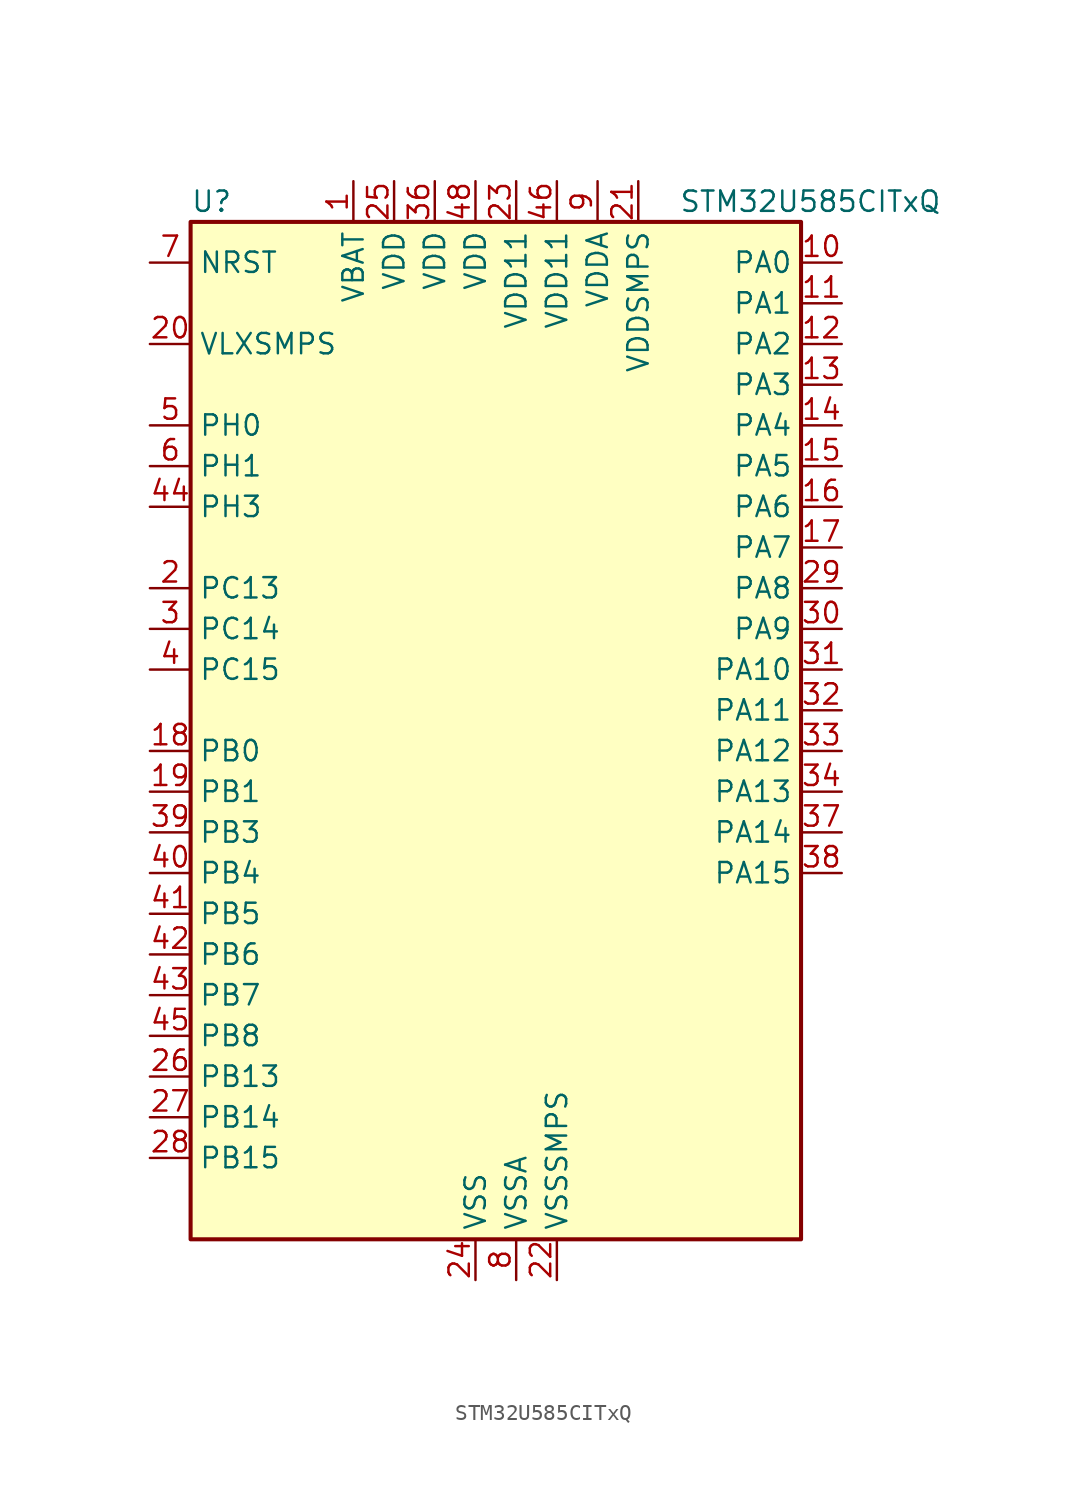
<source format=kicad_sym>
(kicad_symbol_lib
  (version 20211014)
  (generator kicad-library-utils)
  (symbol "STM32U585CITxQ"
    (property "Reference" "U"
      (at -17.78 34.29 0)
      (effects (font (size 1.27 1.27)) (justify left)))
    (property "Value" "STM32U585CITxQ"
      (at 12.7 34.29 0)
      (effects (font (size 1.27 1.27)) (justify left)))
    (property "ki_fp_filters" "LQFP*7x7mm*P0.5mm*"
      (at 0.0 0.0 0.0)
      (effects (font (size 1.27 1.27))))
    (symbol "STM32U585CITxQ_0_1"
      (rectangle (start -17.78 -30.48) (end 20.32 33.02) (stroke (width 0.254)) (fill (type background))))
    (symbol "STM32U585CITxQ_1_1"
      (pin input line (at -20.32 30.48 0) (length 2.54) (name "NRST" (effects (font (size 1.27 1.27)))) (number "7" (effects (font (size 1.27 1.27)))))
      (pin power_in line (at -20.32 25.4 0) (length 2.54) (name "VLXSMPS" (effects (font (size 1.27 1.27)))) (number "20" (effects (font (size 1.27 1.27)))))
      (pin bidirectional line (at -20.32 20.32 0) (length 2.54) (name "PH0" (effects (font (size 1.27 1.27)))) (number "5" (effects (font (size 1.27 1.27)))) (alternate "RCC_OSC_IN" bidirectional line))
      (pin bidirectional line (at -20.32 17.78 0) (length 2.54) (name "PH1" (effects (font (size 1.27 1.27)))) (number "6" (effects (font (size 1.27 1.27)))) (alternate "RCC_OSC_OUT" bidirectional line))
      (pin bidirectional line (at -20.32 15.24 0) (length 2.54) (name "PH3" (effects (font (size 1.27 1.27)))) (number "44" (effects (font (size 1.27 1.27)))))
      (pin bidirectional line (at -20.32 10.16 0) (length 2.54) (name "PC13" (effects (font (size 1.27 1.27)))) (number "2" (effects (font (size 1.27 1.27)))) (alternate "PWR_WKUP2" bidirectional line) (alternate "RTC_OUT1" bidirectional line) (alternate "RTC_TS" bidirectional line) (alternate "TAMP_IN1" bidirectional line) (alternate "TAMP_OUT2" bidirectional line))
      (pin bidirectional line (at -20.32 7.62 0) (length 2.54) (name "PC14" (effects (font (size 1.27 1.27)))) (number "3" (effects (font (size 1.27 1.27)))) (alternate "RCC_OSC32_IN" bidirectional line))
      (pin bidirectional line (at -20.32 5.08 0) (length 2.54) (name "PC15" (effects (font (size 1.27 1.27)))) (number "4" (effects (font (size 1.27 1.27)))) (alternate "ADC1_EXTI15" bidirectional line) (alternate "ADC4_EXTI15" bidirectional line) (alternate "RCC_OSC32_OUT" bidirectional line))
      (pin bidirectional line (at -20.32 0.0 0) (length 2.54) (name "PB0" (effects (font (size 1.27 1.27)))) (number "18" (effects (font (size 1.27 1.27)))) (alternate "ADC1_IN15" bidirectional line) (alternate "ADC4_IN18" bidirectional line) (alternate "AUDIOCLK" bidirectional line) (alternate "COMP1_OUT" bidirectional line) (alternate "LPTIM3_CH1" bidirectional line) (alternate "OCTOSPIM_P1_IO1" bidirectional line) (alternate "OPAMP2_VOUT" bidirectional line) (alternate "SPI1_NSS" bidirectional line) (alternate "TIM1_CH2N" bidirectional line) (alternate "TIM3_CH3" bidirectional line) (alternate "TIM8_CH2N" bidirectional line) (alternate "USART3_CK" bidirectional line))
      (pin bidirectional line (at -20.32 -2.54 0) (length 2.54) (name "PB1" (effects (font (size 1.27 1.27)))) (number "19" (effects (font (size 1.27 1.27)))) (alternate "ADC1_IN16" bidirectional line) (alternate "ADC4_IN19" bidirectional line) (alternate "COMP1_INM" bidirectional line) (alternate "LPTIM2_IN1" bidirectional line) (alternate "LPTIM3_CH2" bidirectional line) (alternate "LPUART1_DE" bidirectional line) (alternate "LPUART1_RTS" bidirectional line) (alternate "MDF1_SDI0" bidirectional line) (alternate "OCTOSPIM_P1_IO0" bidirectional line) (alternate "PWR_WKUP4" bidirectional line) (alternate "TIM1_CH3N" bidirectional line) (alternate "TIM3_CH4" bidirectional line) (alternate "TIM8_CH3N" bidirectional line) (alternate "USART3_DE" bidirectional line) (alternate "USART3_RTS" bidirectional line))
      (pin bidirectional line (at -20.32 -5.08 0) (length 2.54) (name "PB3" (effects (font (size 1.27 1.27)))) (number "39" (effects (font (size 1.27 1.27)))) (alternate "ADF1_CCK0" bidirectional line) (alternate "COMP2_INM" bidirectional line) (alternate "CRS_SYNC" bidirectional line) (alternate "DEBUG_JTDO-SWO" bidirectional line) (alternate "I2C1_SDA" bidirectional line) (alternate "LPTIM1_CH1" bidirectional line) (alternate "SAI1_SCK_B" bidirectional line) (alternate "SPI1_SCK" bidirectional line) (alternate "SPI3_SCK" bidirectional line) (alternate "TIM2_CH2" bidirectional line) (alternate "USART1_DE" bidirectional line) (alternate "USART1_RTS" bidirectional line))
      (pin bidirectional line (at -20.32 -7.62 0) (length 2.54) (name "PB4" (effects (font (size 1.27 1.27)))) (number "40" (effects (font (size 1.27 1.27)))) (alternate "ADF1_SDI0" bidirectional line) (alternate "COMP2_INP" bidirectional line) (alternate "DEBUG_JTRST" bidirectional line) (alternate "I2C3_SDA" bidirectional line) (alternate "LPTIM1_CH2" bidirectional line) (alternate "SAI1_MCLK_B" bidirectional line) (alternate "SPI1_MISO" bidirectional line) (alternate "SPI3_MISO" bidirectional line) (alternate "TIM17_BKIN" bidirectional line) (alternate "TIM3_CH1" bidirectional line) (alternate "TSC_G2_IO1" bidirectional line) (alternate "USART1_CTS" bidirectional line))
      (pin bidirectional line (at -20.32 -10.16 0) (length 2.54) (name "PB5" (effects (font (size 1.27 1.27)))) (number "41" (effects (font (size 1.27 1.27)))) (alternate "COMP2_OUT" bidirectional line) (alternate "I2C1_SMBA" bidirectional line) (alternate "LPTIM1_IN1" bidirectional line) (alternate "OCTOSPIM_P1_NCLK" bidirectional line) (alternate "PWR_WKUP6" bidirectional line) (alternate "SAI1_SD_B" bidirectional line) (alternate "SPI1_MOSI" bidirectional line) (alternate "SPI3_MOSI" bidirectional line) (alternate "TIM16_BKIN" bidirectional line) (alternate "TIM3_CH2" bidirectional line) (alternate "TSC_G2_IO2" bidirectional line) (alternate "UCPD1_DBCC1" bidirectional line) (alternate "USART1_CK" bidirectional line))
      (pin bidirectional line (at -20.32 -12.7 0) (length 2.54) (name "PB6" (effects (font (size 1.27 1.27)))) (number "42" (effects (font (size 1.27 1.27)))) (alternate "COMP2_INP" bidirectional line) (alternate "I2C1_SCL" bidirectional line) (alternate "I2C4_SCL" bidirectional line) (alternate "LPTIM1_ETR" bidirectional line) (alternate "MDF1_SDI5" bidirectional line) (alternate "PWR_WKUP3" bidirectional line) (alternate "SAI1_FS_B" bidirectional line) (alternate "TIM16_CH1N" bidirectional line) (alternate "TIM4_CH1" bidirectional line) (alternate "TIM8_BKIN2" bidirectional line) (alternate "TSC_G2_IO3" bidirectional line) (alternate "USART1_TX" bidirectional line))
      (pin bidirectional line (at -20.32 -15.24 0) (length 2.54) (name "PB7" (effects (font (size 1.27 1.27)))) (number "43" (effects (font (size 1.27 1.27)))) (alternate "COMP2_INM" bidirectional line) (alternate "I2C1_SDA" bidirectional line) (alternate "I2C4_SDA" bidirectional line) (alternate "LPTIM1_IN2" bidirectional line) (alternate "MDF1_CKI5" bidirectional line) (alternate "PWR_PVD_IN" bidirectional line) (alternate "PWR_WKUP4" bidirectional line) (alternate "TIM17_CH1N" bidirectional line) (alternate "TIM4_CH2" bidirectional line) (alternate "TIM8_BKIN" bidirectional line) (alternate "TSC_G2_IO4" bidirectional line) (alternate "UART4_CTS" bidirectional line) (alternate "USART1_RX" bidirectional line))
      (pin bidirectional line (at -20.32 -17.78 0) (length 2.54) (name "PB8" (effects (font (size 1.27 1.27)))) (number "45" (effects (font (size 1.27 1.27)))) (alternate "FDCAN1_RX" bidirectional line) (alternate "I2C1_SCL" bidirectional line) (alternate "MDF1_CCK0" bidirectional line) (alternate "PWR_WKUP5" bidirectional line) (alternate "SAI1_CK1" bidirectional line) (alternate "SAI1_MCLK_A" bidirectional line) (alternate "SPI3_RDY" bidirectional line) (alternate "TIM16_CH1" bidirectional line) (alternate "TIM4_CH3" bidirectional line))
      (pin bidirectional line (at -20.32 -20.32 0) (length 2.54) (name "PB13" (effects (font (size 1.27 1.27)))) (number "26" (effects (font (size 1.27 1.27)))) (alternate "I2C2_SCL" bidirectional line) (alternate "LPTIM3_IN1" bidirectional line) (alternate "LPUART1_CTS" bidirectional line) (alternate "MDF1_CKI1" bidirectional line) (alternate "SPI2_SCK" bidirectional line) (alternate "TIM15_CH1N" bidirectional line) (alternate "TIM1_CH1N" bidirectional line) (alternate "TSC_G1_IO2" bidirectional line) (alternate "USART3_CTS" bidirectional line))
      (pin bidirectional line (at -20.32 -22.86 0) (length 2.54) (name "PB14" (effects (font (size 1.27 1.27)))) (number "27" (effects (font (size 1.27 1.27)))) (alternate "I2C2_SDA" bidirectional line) (alternate "LPTIM3_ETR" bidirectional line) (alternate "MDF1_SDI2" bidirectional line) (alternate "SPI2_MISO" bidirectional line) (alternate "TIM15_CH1" bidirectional line) (alternate "TIM1_CH2N" bidirectional line) (alternate "TIM8_CH2N" bidirectional line) (alternate "TSC_G1_IO3" bidirectional line) (alternate "UCPD1_DBCC2" bidirectional line) (alternate "USART3_DE" bidirectional line) (alternate "USART3_RTS" bidirectional line))
      (pin bidirectional line (at -20.32 -25.4 0) (length 2.54) (name "PB15" (effects (font (size 1.27 1.27)))) (number "28" (effects (font (size 1.27 1.27)))) (alternate "ADC1_EXTI15" bidirectional line) (alternate "ADC4_EXTI15" bidirectional line) (alternate "LPTIM2_IN2" bidirectional line) (alternate "MDF1_CKI2" bidirectional line) (alternate "PWR_WKUP7" bidirectional line) (alternate "RTC_REFIN" bidirectional line) (alternate "SPI2_MOSI" bidirectional line) (alternate "TIM15_CH2" bidirectional line) (alternate "TIM1_CH3N" bidirectional line) (alternate "TIM8_CH3N" bidirectional line) (alternate "UCPD1_CC2" bidirectional line))
      (pin bidirectional line (at 22.86 30.48 180) (length 2.54) (name "PA0" (effects (font (size 1.27 1.27)))) (number "10" (effects (font (size 1.27 1.27)))) (alternate "ADC1_IN5" bidirectional line) (alternate "AUDIOCLK" bidirectional line) (alternate "OCTOSPIM_P2_NCS" bidirectional line) (alternate "OPAMP1_VINP" bidirectional line) (alternate "PWR_WKUP1" bidirectional line) (alternate "SPI3_RDY" bidirectional line) (alternate "TAMP_IN2" bidirectional line) (alternate "TAMP_OUT1" bidirectional line) (alternate "TIM2_CH1" bidirectional line) (alternate "TIM2_ETR" bidirectional line) (alternate "TIM5_CH1" bidirectional line) (alternate "TIM8_ETR" bidirectional line) (alternate "UART4_TX" bidirectional line) (alternate "USART2_CTS" bidirectional line))
      (pin bidirectional line (at 22.86 27.94 180) (length 2.54) (name "PA1" (effects (font (size 1.27 1.27)))) (number "11" (effects (font (size 1.27 1.27)))) (alternate "ADC1_IN6" bidirectional line) (alternate "I2C1_SMBA" bidirectional line) (alternate "LPTIM1_CH2" bidirectional line) (alternate "OCTOSPIM_P1_DQS" bidirectional line) (alternate "OPAMP1_VINM" bidirectional line) (alternate "PWR_WKUP3" bidirectional line) (alternate "SPI1_SCK" bidirectional line) (alternate "TAMP_IN5" bidirectional line) (alternate "TAMP_OUT4" bidirectional line) (alternate "TIM15_CH1N" bidirectional line) (alternate "TIM2_CH2" bidirectional line) (alternate "TIM5_CH2" bidirectional line) (alternate "UART4_RX" bidirectional line) (alternate "USART2_DE" bidirectional line) (alternate "USART2_RTS" bidirectional line))
      (pin bidirectional line (at 22.86 25.4 180) (length 2.54) (name "PA2" (effects (font (size 1.27 1.27)))) (number "12" (effects (font (size 1.27 1.27)))) (alternate "ADC1_IN7" bidirectional line) (alternate "COMP1_INP" bidirectional line) (alternate "LPUART1_TX" bidirectional line) (alternate "OCTOSPIM_P1_NCS" bidirectional line) (alternate "PWR_WKUP4" bidirectional line) (alternate "RCC_LSCO" bidirectional line) (alternate "SPI1_RDY" bidirectional line) (alternate "TIM15_CH1" bidirectional line) (alternate "TIM2_CH3" bidirectional line) (alternate "TIM5_CH3" bidirectional line) (alternate "UCPD1_FRSTX1" bidirectional line) (alternate "USART2_TX" bidirectional line))
      (pin bidirectional line (at 22.86 22.86 180) (length 2.54) (name "PA3" (effects (font (size 1.27 1.27)))) (number "13" (effects (font (size 1.27 1.27)))) (alternate "ADC1_IN8" bidirectional line) (alternate "LPUART1_RX" bidirectional line) (alternate "OCTOSPIM_P1_CLK" bidirectional line) (alternate "OPAMP1_VOUT" bidirectional line) (alternate "PWR_WKUP5" bidirectional line) (alternate "SAI1_CK1" bidirectional line) (alternate "SAI1_MCLK_A" bidirectional line) (alternate "TIM15_CH2" bidirectional line) (alternate "TIM2_CH4" bidirectional line) (alternate "TIM5_CH4" bidirectional line) (alternate "USART2_RX" bidirectional line))
      (pin bidirectional line (at 22.86 20.32 180) (length 2.54) (name "PA4" (effects (font (size 1.27 1.27)))) (number "14" (effects (font (size 1.27 1.27)))) (alternate "ADC1_IN9" bidirectional line) (alternate "ADC4_IN9" bidirectional line) (alternate "DAC1_OUT1" bidirectional line) (alternate "LPTIM2_CH1" bidirectional line) (alternate "OCTOSPIM_P1_NCS" bidirectional line) (alternate "PWR_WKUP2" bidirectional line) (alternate "SAI1_FS_B" bidirectional line) (alternate "SPI1_NSS" bidirectional line) (alternate "SPI3_NSS" bidirectional line) (alternate "USART2_CK" bidirectional line))
      (pin bidirectional line (at 22.86 17.78 180) (length 2.54) (name "PA5" (effects (font (size 1.27 1.27)))) (number "15" (effects (font (size 1.27 1.27)))) (alternate "ADC1_IN10" bidirectional line) (alternate "ADC4_IN10" bidirectional line) (alternate "DAC1_OUT2" bidirectional line) (alternate "LPTIM2_ETR" bidirectional line) (alternate "PWR_CSLEEP" bidirectional line) (alternate "PWR_WKUP6" bidirectional line) (alternate "SPI1_SCK" bidirectional line) (alternate "TIM2_CH1" bidirectional line) (alternate "TIM2_ETR" bidirectional line) (alternate "TIM8_CH1N" bidirectional line) (alternate "USART3_RX" bidirectional line))
      (pin bidirectional line (at 22.86 15.24 180) (length 2.54) (name "PA6" (effects (font (size 1.27 1.27)))) (number "16" (effects (font (size 1.27 1.27)))) (alternate "ADC1_IN11" bidirectional line) (alternate "ADC4_IN11" bidirectional line) (alternate "LPUART1_CTS" bidirectional line) (alternate "OCTOSPIM_P1_IO3" bidirectional line) (alternate "OPAMP2_VINP" bidirectional line) (alternate "PWR_CDSTOP" bidirectional line) (alternate "PWR_WKUP7" bidirectional line) (alternate "SPI1_MISO" bidirectional line) (alternate "TIM16_CH1" bidirectional line) (alternate "TIM1_BKIN" bidirectional line) (alternate "TIM3_CH1" bidirectional line) (alternate "TIM8_BKIN" bidirectional line) (alternate "USART3_CTS" bidirectional line))
      (pin bidirectional line (at 22.86 12.7 180) (length 2.54) (name "PA7" (effects (font (size 1.27 1.27)))) (number "17" (effects (font (size 1.27 1.27)))) (alternate "ADC1_IN12" bidirectional line) (alternate "ADC4_IN20" bidirectional line) (alternate "I2C3_SCL" bidirectional line) (alternate "LPTIM2_CH2" bidirectional line) (alternate "OCTOSPIM_P1_IO2" bidirectional line) (alternate "OPAMP2_VINM" bidirectional line) (alternate "PWR_SRDSTOP" bidirectional line) (alternate "PWR_WKUP8" bidirectional line) (alternate "SPI1_MOSI" bidirectional line) (alternate "TIM17_CH1" bidirectional line) (alternate "TIM1_CH1N" bidirectional line) (alternate "TIM3_CH2" bidirectional line) (alternate "TIM8_CH1N" bidirectional line) (alternate "USART3_TX" bidirectional line))
      (pin bidirectional line (at 22.86 10.16 180) (length 2.54) (name "PA8" (effects (font (size 1.27 1.27)))) (number "29" (effects (font (size 1.27 1.27)))) (alternate "DEBUG_TRACECLK" bidirectional line) (alternate "LPTIM2_CH1" bidirectional line) (alternate "RCC_MCO" bidirectional line) (alternate "SAI1_CK2" bidirectional line) (alternate "SAI1_SCK_A" bidirectional line) (alternate "SPI1_RDY" bidirectional line) (alternate "TIM1_CH1" bidirectional line) (alternate "USART1_CK" bidirectional line) (alternate "USB_OTG_FS_SOF" bidirectional line))
      (pin bidirectional line (at 22.86 7.62 180) (length 2.54) (name "PA9" (effects (font (size 1.27 1.27)))) (number "30" (effects (font (size 1.27 1.27)))) (alternate "DAC1_EXTI9" bidirectional line) (alternate "SAI1_FS_A" bidirectional line) (alternate "SPI2_SCK" bidirectional line) (alternate "TIM15_BKIN" bidirectional line) (alternate "TIM1_CH2" bidirectional line) (alternate "USART1_TX" bidirectional line) (alternate "USB_OTG_FS_VBUS" bidirectional line))
      (pin bidirectional line (at 22.86 5.08 180) (length 2.54) (name "PA10" (effects (font (size 1.27 1.27)))) (number "31" (effects (font (size 1.27 1.27)))) (alternate "CRS_SYNC" bidirectional line) (alternate "LPTIM2_IN2" bidirectional line) (alternate "SAI1_D1" bidirectional line) (alternate "SAI1_SD_A" bidirectional line) (alternate "TIM17_BKIN" bidirectional line) (alternate "TIM1_CH3" bidirectional line) (alternate "USART1_RX" bidirectional line) (alternate "USB_OTG_FS_ID" bidirectional line))
      (pin bidirectional line (at 22.86 2.54 180) (length 2.54) (name "PA11" (effects (font (size 1.27 1.27)))) (number "32" (effects (font (size 1.27 1.27)))) (alternate "ADC1_EXTI11" bidirectional line) (alternate "FDCAN1_RX" bidirectional line) (alternate "SPI1_MISO" bidirectional line) (alternate "TIM1_BKIN2" bidirectional line) (alternate "TIM1_CH4" bidirectional line) (alternate "USART1_CTS" bidirectional line) (alternate "USB_OTG_FS_DM" bidirectional line))
      (pin bidirectional line (at 22.86 0.0 180) (length 2.54) (name "PA12" (effects (font (size 1.27 1.27)))) (number "33" (effects (font (size 1.27 1.27)))) (alternate "FDCAN1_TX" bidirectional line) (alternate "OCTOSPIM_P2_NCS" bidirectional line) (alternate "SPI1_MOSI" bidirectional line) (alternate "TIM1_ETR" bidirectional line) (alternate "USART1_DE" bidirectional line) (alternate "USART1_RTS" bidirectional line) (alternate "USB_OTG_FS_DP" bidirectional line))
      (pin bidirectional line (at 22.86 -2.54 180) (length 2.54) (name "PA13" (effects (font (size 1.27 1.27)))) (number "34" (effects (font (size 1.27 1.27)))) (alternate "DEBUG_JTMS-SWDIO" bidirectional line) (alternate "IR_OUT" bidirectional line) (alternate "SAI1_SD_B" bidirectional line) (alternate "USB_OTG_FS_NOE" bidirectional line))
      (pin bidirectional line (at 22.86 -5.08 180) (length 2.54) (name "PA14" (effects (font (size 1.27 1.27)))) (number "37" (effects (font (size 1.27 1.27)))) (alternate "DEBUG_JTCK-SWCLK" bidirectional line) (alternate "I2C1_SMBA" bidirectional line) (alternate "I2C4_SMBA" bidirectional line) (alternate "LPTIM1_CH1" bidirectional line) (alternate "SAI1_FS_B" bidirectional line) (alternate "USB_OTG_FS_SOF" bidirectional line))
      (pin bidirectional line (at 22.86 -7.62 180) (length 2.54) (name "PA15" (effects (font (size 1.27 1.27)))) (number "38" (effects (font (size 1.27 1.27)))) (alternate "ADC1_EXTI15" bidirectional line) (alternate "ADC4_EXTI15" bidirectional line) (alternate "DEBUG_JTDI" bidirectional line) (alternate "SPI1_NSS" bidirectional line) (alternate "SPI3_NSS" bidirectional line) (alternate "TIM2_CH1" bidirectional line) (alternate "TIM2_ETR" bidirectional line) (alternate "UART4_DE" bidirectional line) (alternate "UART4_RTS" bidirectional line) (alternate "UCPD1_CC1" bidirectional line) (alternate "USART2_RX" bidirectional line) (alternate "USART3_DE" bidirectional line) (alternate "USART3_RTS" bidirectional line))
      (pin power_in line (at -7.62 35.56 270) (length 2.54) (name "VBAT" (effects (font (size 1.27 1.27)))) (number "1" (effects (font (size 1.27 1.27)))))
      (pin power_in line (at -5.08 35.56 270) (length 2.54) (name "VDD" (effects (font (size 1.27 1.27)))) (number "25" (effects (font (size 1.27 1.27)))))
      (pin power_in line (at -2.54 35.56 270) (length 2.54) (name "VDD" (effects (font (size 1.27 1.27)))) (number "36" (effects (font (size 1.27 1.27)))))
      (pin power_in line (at 0.0 35.56 270) (length 2.54) (name "VDD" (effects (font (size 1.27 1.27)))) (number "48" (effects (font (size 1.27 1.27)))))
      (pin power_in line (at 2.54 35.56 270) (length 2.54) (name "VDD11" (effects (font (size 1.27 1.27)))) (number "23" (effects (font (size 1.27 1.27)))))
      (pin power_in line (at 5.08 35.56 270) (length 2.54) (name "VDD11" (effects (font (size 1.27 1.27)))) (number "46" (effects (font (size 1.27 1.27)))))
      (pin power_in line (at 7.62 35.56 270) (length 2.54) (name "VDDA" (effects (font (size 1.27 1.27)))) (number "9" (effects (font (size 1.27 1.27)))))
      (pin power_in line (at 10.16 35.56 270) (length 2.54) (name "VDDSMPS" (effects (font (size 1.27 1.27)))) (number "21" (effects (font (size 1.27 1.27)))))
      (pin power_in line (at 0.0 -33.02 90) (length 2.54) (name "VSS" (effects (font (size 1.27 1.27)))) (number "24" (effects (font (size 1.27 1.27)))))
      (pin passive line (at 0.0 -33.02 90) (length 2.54) hide (name "VSS" (effects (font (size 1.27 1.27)))) (number "35" (effects (font (size 1.27 1.27)))))
      (pin passive line (at 0.0 -33.02 90) (length 2.54) hide (name "VSS" (effects (font (size 1.27 1.27)))) (number "47" (effects (font (size 1.27 1.27)))))
      (pin power_in line (at 2.54 -33.02 90) (length 2.54) (name "VSSA" (effects (font (size 1.27 1.27)))) (number "8" (effects (font (size 1.27 1.27)))))
      (pin power_in line (at 5.08 -33.02 90) (length 2.54) (name "VSSSMPS" (effects (font (size 1.27 1.27)))) (number "22" (effects (font (size 1.27 1.27))))))))
</source>
